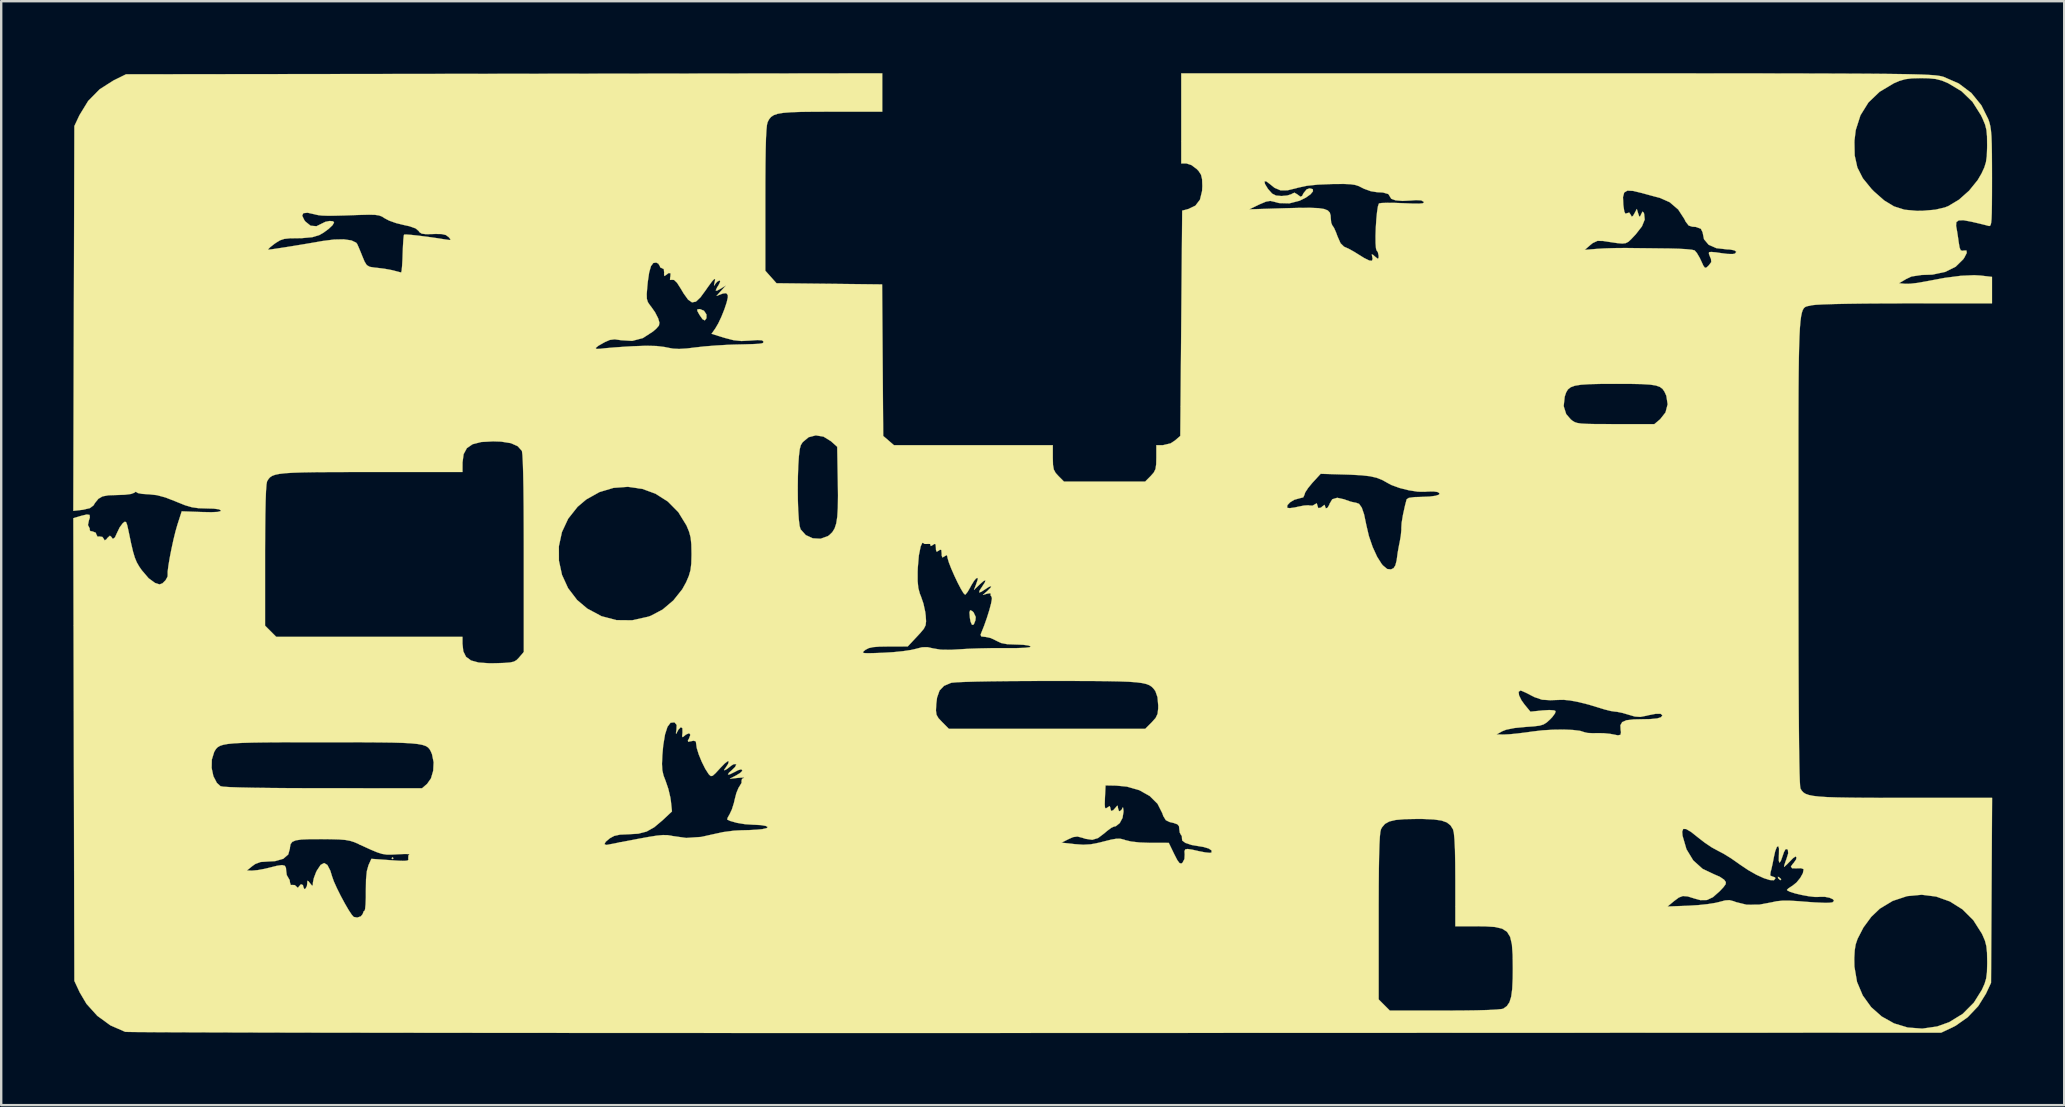
<source format=kicad_pcb>
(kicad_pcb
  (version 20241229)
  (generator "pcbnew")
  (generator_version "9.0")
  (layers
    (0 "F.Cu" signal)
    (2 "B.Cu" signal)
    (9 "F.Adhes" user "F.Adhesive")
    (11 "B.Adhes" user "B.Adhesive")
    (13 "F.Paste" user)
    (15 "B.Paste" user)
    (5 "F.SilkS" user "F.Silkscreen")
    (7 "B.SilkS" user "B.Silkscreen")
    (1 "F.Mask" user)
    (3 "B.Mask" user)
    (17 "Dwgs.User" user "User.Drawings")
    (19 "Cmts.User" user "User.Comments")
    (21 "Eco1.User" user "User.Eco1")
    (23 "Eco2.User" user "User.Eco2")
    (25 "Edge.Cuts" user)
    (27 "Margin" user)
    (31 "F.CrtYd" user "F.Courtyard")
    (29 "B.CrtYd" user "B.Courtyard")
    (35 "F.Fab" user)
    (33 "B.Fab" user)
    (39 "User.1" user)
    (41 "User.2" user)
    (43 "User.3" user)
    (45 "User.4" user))
  (footprint "boardartneg"
    (layer "F.Cu")
    (at 40.425 18.777)
    (property "Reference" "boardartneg" (at 0 0 0) (layer "F.SilkS") (effects (font (size 1.524 1.524) (thickness 0.3))))
    (attr through_hole)
    (fp_poly (pts (xy -27.077 13.938) (xy -27.117 13.978) (xy -27.157 13.938) (xy -27.117 13.898) (xy -27.077 13.938)) (stroke (width 0.01) (type solid)) (fill yes) (layer "F.SilkS"))
    (fp_poly (pts (xy 30.659 14.729) (xy 30.744 14.803) (xy 30.752 14.821) (xy 30.714 14.854) (xy 30.635 14.781) (xy 30.624 14.764) (xy 30.615 14.71) (xy 30.659 14.729)) (stroke (width 0.01) (type solid)) (fill yes) (layer "F.SilkS"))
    (fp_poly (pts (xy -14.138 -8.878) (xy -14.035 -8.722) (xy -14.035 -8.567) (xy -14.103 -8.475) (xy -14.198 -8.524) (xy -14.325 -8.706) (xy -14.414 -8.867) (xy -14.416 -8.932) (xy -14.328 -8.946) (xy -14.305 -8.946) (xy -14.138 -8.878)) (stroke (width 0.01) (type solid)) (fill yes) (layer "F.SilkS"))
    (fp_poly (pts (xy -2.966 3.634) (xy -2.903 3.692) (xy -2.813 3.885) (xy -2.827 4.027) (xy -2.895 4.197) (xy -2.967 4.214) (xy -3.028 4.082) (xy -3.055 3.934) (xy -3.074 3.698) (xy -3.047 3.603) (xy -2.966 3.634)) (stroke (width 0.01) (type solid)) (fill yes) (layer "F.SilkS"))
    (fp_poly (pts (xy -6.709 -17.173) (xy -8.83 -17.173) (xy -9.524 -17.171) (xy -10.077 -17.165) (xy -10.506 -17.15) (xy -10.829 -17.125) (xy -11.065 -17.086) (xy -11.23 -17.029) (xy -11.344 -16.953) (xy -11.425 -16.854) (xy -11.486 -16.736) (xy -11.514 -16.62) (xy -11.536 -16.399) (xy -11.554 -16.064) (xy -11.567 -15.604) (xy -11.576 -15.011) (xy -11.581 -14.276) (xy -11.582 -13.536) (xy -11.582 -10.546) (xy -11.349 -10.285) (xy -11.116 -10.024) (xy -8.915 -10) (xy -6.715 -9.975) (xy -6.669 -3.66) (xy -6.445 -3.468) (xy -6.221 -3.275) (xy 0.399 -3.275) (xy 0.399 -2.75) (xy 0.407 -2.453) (xy 0.44 -2.262) (xy 0.517 -2.119) (xy 0.633 -1.991) (xy 0.866 -1.757) (xy 4.246 -1.757) (xy 4.479 -1.991) (xy 4.607 -2.136) (xy 4.678 -2.281) (xy 4.707 -2.482) (xy 4.713 -2.75) (xy 4.713 -3.275) (xy 4.988 -3.275) (xy 5.309 -3.351) (xy 5.487 -3.468) (xy 5.711 -3.66) (xy 5.722 -4.902) (xy 21.688 -4.902) (xy 21.793 -4.571) (xy 21.982 -4.352) (xy 22.065 -4.285) (xy 22.15 -4.235) (xy 22.26 -4.2) (xy 22.418 -4.176) (xy 22.647 -4.163) (xy 22.972 -4.156) (xy 23.416 -4.154) (xy 23.842 -4.153) (xy 25.468 -4.153) (xy 25.711 -4.358) (xy 25.932 -4.64) (xy 26.021 -4.98) (xy 25.967 -5.331) (xy 25.957 -5.356) (xy 25.888 -5.506) (xy 25.808 -5.621) (xy 25.696 -5.704) (xy 25.53 -5.762) (xy 25.289 -5.799) (xy 24.954 -5.82) (xy 24.502 -5.829) (xy 23.913 -5.831) (xy 23.862 -5.831) (xy 23.246 -5.829) (xy 22.77 -5.818) (xy 22.414 -5.795) (xy 22.158 -5.754) (xy 21.982 -5.69) (xy 21.866 -5.598) (xy 21.791 -5.473) (xy 21.736 -5.31) (xy 21.731 -5.294) (xy 21.688 -4.902) (xy 5.722 -4.902) (xy 5.751 -8.355) (xy 5.791 -13.049) (xy 6.001 -13.104) (xy 8.586 -13.104) (xy 10.064 -13.149) (xy 10.668 -13.165) (xy 11.132 -13.167) (xy 11.472 -13.153) (xy 11.708 -13.117) (xy 11.859 -13.056) (xy 11.942 -12.967) (xy 11.976 -12.845) (xy 11.981 -12.747) (xy 12 -12.548) (xy 12.048 -12.43) (xy 12.055 -12.424) (xy 12.12 -12.328) (xy 12.207 -12.13) (xy 12.26 -11.984) (xy 12.39 -11.69) (xy 12.538 -11.545) (xy 12.565 -11.534) (xy 12.738 -11.457) (xy 12.968 -11.328) (xy 13.059 -11.271) (xy 13.38 -11.072) (xy 13.589 -10.97) (xy 13.7 -10.961) (xy 13.726 -11.043) (xy 13.713 -11.11) (xy 13.691 -11.223) (xy 13.735 -11.215) (xy 13.824 -11.137) (xy 13.936 -11.046) (xy 13.974 -11.072) (xy 13.978 -11.165) (xy 13.944 -11.324) (xy 13.897 -11.382) (xy 13.887 -11.414) (xy 22.564 -11.414) (xy 23.084 -11.457) (xy 23.411 -11.476) (xy 23.823 -11.488) (xy 24.245 -11.492) (xy 24.362 -11.491) (xy 24.772 -11.486) (xy 25.268 -11.481) (xy 25.776 -11.475) (xy 26.079 -11.472) (xy 26.462 -11.462) (xy 26.792 -11.444) (xy 27.032 -11.419) (xy 27.146 -11.392) (xy 27.241 -11.281) (xy 27.359 -11.079) (xy 27.414 -10.963) (xy 27.511 -10.752) (xy 27.578 -10.666) (xy 27.647 -10.684) (xy 27.732 -10.764) (xy 27.839 -10.905) (xy 27.827 -11.039) (xy 27.798 -11.1) (xy 27.741 -11.248) (xy 27.745 -11.318) (xy 27.84 -11.328) (xy 28.043 -11.31) (xy 28.251 -11.279) (xy 28.52 -11.245) (xy 28.735 -11.241) (xy 28.825 -11.259) (xy 28.884 -11.332) (xy 28.806 -11.393) (xy 28.615 -11.43) (xy 28.494 -11.435) (xy 28.05 -11.486) (xy 27.729 -11.628) (xy 27.536 -11.858) (xy 27.477 -12.148) (xy 27.405 -12.294) (xy 27.199 -12.37) (xy 27.043 -12.381) (xy 26.898 -12.428) (xy 26.773 -12.589) (xy 26.716 -12.704) (xy 26.461 -13.096) (xy 26.106 -13.4) (xy 25.701 -13.58) (xy 25.411 -13.656) (xy 25.078 -13.747) (xy 24.948 -13.783) (xy 24.583 -13.871) (xy 24.344 -13.883) (xy 24.21 -13.803) (xy 24.16 -13.614) (xy 24.173 -13.303) (xy 24.182 -13.224) (xy 24.217 -13.004) (xy 24.265 -12.92) (xy 24.323 -12.941) (xy 24.42 -12.969) (xy 24.478 -12.882) (xy 24.526 -12.796) (xy 24.582 -12.837) (xy 24.635 -12.929) (xy 24.737 -13.119) (xy 24.794 -12.929) (xy 24.84 -12.8) (xy 24.879 -12.816) (xy 24.917 -12.9) (xy 24.973 -13.009) (xy 25.017 -12.973) (xy 25.041 -12.919) (xy 25.065 -12.677) (xy 24.951 -12.395) (xy 24.694 -12.064) (xy 24.643 -12.01) (xy 24.497 -11.855) (xy 24.386 -11.752) (xy 24.275 -11.695) (xy 24.131 -11.678) (xy 23.92 -11.696) (xy 23.607 -11.742) (xy 23.323 -11.786) (xy 23.095 -11.789) (xy 22.901 -11.699) (xy 22.804 -11.621) (xy 22.564 -11.414) (xy 13.887 -11.414) (xy 13.866 -11.481) (xy 13.85 -11.698) (xy 13.848 -11.997) (xy 13.859 -12.338) (xy 13.881 -12.682) (xy 13.911 -12.99) (xy 13.947 -13.224) (xy 13.988 -13.344) (xy 13.995 -13.35) (xy 14.106 -13.368) (xy 14.342 -13.375) (xy 14.665 -13.372) (xy 15.002 -13.359) (xy 15.404 -13.343) (xy 15.667 -13.341) (xy 15.814 -13.355) (xy 15.864 -13.387) (xy 15.857 -13.416) (xy 15.754 -13.476) (xy 15.535 -13.488) (xy 15.352 -13.473) (xy 14.972 -13.454) (xy 14.68 -13.479) (xy 14.502 -13.544) (xy 14.457 -13.62) (xy 14.382 -13.74) (xy 14.157 -13.805) (xy 13.91 -13.818) (xy 13.651 -13.859) (xy 13.368 -13.961) (xy 13.298 -13.996) (xy 13.146 -14.073) (xy 12.993 -14.122) (xy 12.8 -14.15) (xy 12.532 -14.161) (xy 12.151 -14.159) (xy 12.01 -14.157) (xy 11.438 -14.133) (xy 10.986 -14.085) (xy 10.618 -14.006) (xy 10.543 -13.984) (xy 10.17 -13.894) (xy 9.885 -13.896) (xy 9.64 -14) (xy 9.445 -14.157) (xy 9.291 -14.272) (xy 9.221 -14.268) (xy 9.24 -14.161) (xy 9.355 -13.971) (xy 9.378 -13.94) (xy 9.54 -13.758) (xy 9.702 -13.677) (xy 9.932 -13.658) (xy 10.166 -13.679) (xy 10.336 -13.732) (xy 10.366 -13.752) (xy 10.47 -13.798) (xy 10.603 -13.717) (xy 10.608 -13.712) (xy 10.721 -13.628) (xy 10.79 -13.664) (xy 10.848 -13.778) (xy 10.977 -13.935) (xy 11.101 -13.978) (xy 11.234 -13.944) (xy 11.241 -13.855) (xy 11.139 -13.731) (xy 10.944 -13.592) (xy 10.683 -13.462) (xy 10.258 -13.353) (xy 9.83 -13.364) (xy 9.621 -13.42) (xy 9.462 -13.455) (xy 9.284 -13.425) (xy 9.032 -13.319) (xy 8.997 -13.303) (xy 8.586 -13.104) (xy 6.001 -13.104) (xy 6.045 -13.115) (xy 6.341 -13.257) (xy 6.531 -13.506) (xy 6.62 -13.871) (xy 6.63 -14.075) (xy 6.62 -14.359) (xy 6.576 -14.545) (xy 6.479 -14.695) (xy 6.396 -14.783) (xy 6.178 -14.947) (xy 5.968 -15.016) (xy 5.957 -15.016) (xy 5.751 -15.016) (xy 5.751 -15.944) (xy 33.804 -15.944) (xy 33.816 -15.349) (xy 33.927 -14.848) (xy 34.156 -14.397) (xy 34.518 -13.953) (xy 34.619 -13.85) (xy 35.047 -13.473) (xy 35.457 -13.225) (xy 35.894 -13.087) (xy 36.406 -13.04) (xy 36.662 -13.044) (xy 37.171 -13.088) (xy 37.566 -13.18) (xy 37.718 -13.239) (xy 38.161 -13.505) (xy 38.584 -13.881) (xy 38.94 -14.32) (xy 39.101 -14.595) (xy 39.217 -14.846) (xy 39.286 -15.07) (xy 39.322 -15.323) (xy 39.334 -15.664) (xy 39.335 -15.777) (xy 39.331 -16.142) (xy 39.307 -16.407) (xy 39.251 -16.632) (xy 39.15 -16.875) (xy 39.078 -17.026) (xy 38.725 -17.584) (xy 38.269 -18.026) (xy 37.71 -18.36) (xy 37.442 -18.472) (xy 37.19 -18.536) (xy 36.891 -18.565) (xy 36.582 -18.571) (xy 36.203 -18.562) (xy 35.92 -18.526) (xy 35.67 -18.453) (xy 35.45 -18.358) (xy 34.854 -18.002) (xy 34.388 -17.556) (xy 34.056 -17.022) (xy 33.859 -16.404) (xy 33.804 -15.944) (xy 5.751 -15.944) (xy 5.751 -18.77) (xy 21.399 -18.77) (xy 23.259 -18.77) (xy 24.966 -18.77) (xy 26.527 -18.77) (xy 27.949 -18.769) (xy 29.238 -18.768) (xy 30.401 -18.767) (xy 31.446 -18.765) (xy 32.378 -18.763) (xy 33.204 -18.76) (xy 33.932 -18.757) (xy 34.568 -18.753) (xy 35.119 -18.748) (xy 35.592 -18.742) (xy 35.993 -18.736) (xy 36.33 -18.728) (xy 36.609 -18.72) (xy 36.836 -18.71) (xy 37.019 -18.699) (xy 37.165 -18.688) (xy 37.28 -18.674) (xy 37.371 -18.66) (xy 37.445 -18.644) (xy 37.509 -18.627) (xy 37.53 -18.62) (xy 38.154 -18.347) (xy 38.678 -17.952) (xy 39.095 -17.438) (xy 39.382 -16.863) (xy 39.43 -16.722) (xy 39.468 -16.57) (xy 39.495 -16.385) (xy 39.515 -16.145) (xy 39.527 -15.828) (xy 39.534 -15.412) (xy 39.537 -14.873) (xy 39.538 -14.411) (xy 39.537 -13.787) (xy 39.534 -13.306) (xy 39.528 -12.949) (xy 39.518 -12.698) (xy 39.502 -12.537) (xy 39.478 -12.447) (xy 39.447 -12.411) (xy 39.406 -12.411) (xy 39.398 -12.413) (xy 39.252 -12.452) (xy 39.004 -12.513) (xy 38.707 -12.582) (xy 38.707 -12.583) (xy 38.365 -12.647) (xy 38.154 -12.645) (xy 38.052 -12.57) (xy 38.041 -12.415) (xy 38.055 -12.341) (xy 38.086 -12.171) (xy 38.125 -11.914) (xy 38.146 -11.759) (xy 38.186 -11.516) (xy 38.233 -11.398) (xy 38.306 -11.375) (xy 38.35 -11.385) (xy 38.473 -11.387) (xy 38.485 -11.285) (xy 38.385 -11.09) (xy 38.338 -11.021) (xy 38.021 -10.71) (xy 37.588 -10.496) (xy 37.055 -10.383) (xy 36.604 -10.368) (xy 36.185 -10.305) (xy 35.965 -10.202) (xy 35.664 -10.024) (xy 35.925 -9.999) (xy 36.135 -10.003) (xy 36.435 -10.038) (xy 36.761 -10.096) (xy 36.763 -10.096) (xy 37.56 -10.246) (xy 38.241 -10.334) (xy 38.796 -10.359) (xy 39.067 -10.343) (xy 39.538 -10.288) (xy 39.538 -9.186) (xy 35.923 -9.185) (xy 35.042 -9.183) (xy 34.251 -9.178) (xy 33.559 -9.169) (xy 32.98 -9.157) (xy 32.524 -9.143) (xy 32.204 -9.126) (xy 32.03 -9.107) (xy 32.018 -9.104) (xy 31.937 -9.085) (xy 31.865 -9.072) (xy 31.801 -9.055) (xy 31.744 -9.027) (xy 31.694 -8.979) (xy 31.65 -8.903) (xy 31.613 -8.79) (xy 31.581 -8.633) (xy 31.554 -8.423) (xy 31.532 -8.152) (xy 31.514 -7.811) (xy 31.5 -7.393) (xy 31.489 -6.889) (xy 31.481 -6.29) (xy 31.475 -5.589) (xy 31.472 -4.777) (xy 31.47 -3.846) (xy 31.47 -2.788) (xy 31.47 -1.595) (xy 31.47 -0.257) (xy 31.47 1.121) (xy 31.471 2.743) (xy 31.473 4.208) (xy 31.475 5.521) (xy 31.479 6.685) (xy 31.484 7.702) (xy 31.491 8.578) (xy 31.498 9.314) (xy 31.507 9.915) (xy 31.517 10.384) (xy 31.529 10.724) (xy 31.542 10.939) (xy 31.556 11.033) (xy 31.557 11.035) (xy 31.609 11.121) (xy 31.675 11.194) (xy 31.767 11.254) (xy 31.9 11.302) (xy 32.086 11.34) (xy 32.34 11.369) (xy 32.675 11.391) (xy 33.104 11.405) (xy 33.642 11.414) (xy 34.3 11.42) (xy 35.094 11.422) (xy 35.863 11.422) (xy 39.542 11.422) (xy 39.52 15.276) (xy 39.498 19.13) (xy 39.285 19.585) (xy 38.963 20.103) (xy 38.526 20.563) (xy 38.02 20.92) (xy 37.876 20.993) (xy 37.421 21.207) (xy -0.319 21.22) (xy -2.768 21.221) (xy -5.178 21.221) (xy -7.542 21.221) (xy -9.857 21.221) (xy -12.118 21.221) (xy -14.319 21.22) (xy -16.456 21.22) (xy -18.523 21.219) (xy -20.516 21.217) (xy -22.43 21.216) (xy -24.259 21.214) (xy -25.999 21.212) (xy -27.645 21.21) (xy -29.192 21.208) (xy -30.635 21.206) (xy -31.969 21.203) (xy -33.189 21.2) (xy -34.29 21.197) (xy -35.268 21.194) (xy -36.116 21.191) (xy -36.831 21.188) (xy -37.406 21.184) (xy -37.839 21.181) (xy -38.122 21.177) (xy -38.252 21.173) (xy -38.26 21.172) (xy -38.873 20.904) (xy -39.42 20.506) (xy -39.871 20.006) (xy -40.153 19.529) (xy -40.376 19.05) (xy -40.387 14.451) (xy -33.188 14.451) (xy -32.948 14.453) (xy -32.734 14.433) (xy -32.447 14.38) (xy -32.269 14.337) (xy -31.933 14.253) (xy -31.721 14.223) (xy -31.605 14.252) (xy -31.558 14.342) (xy -31.55 14.453) (xy -31.526 14.637) (xy -31.47 14.737) (xy -31.404 14.849) (xy -31.391 14.946) (xy -31.358 15.055) (xy -31.302 15.051) (xy -31.188 15.058) (xy -31.136 15.106) (xy -31.062 15.172) (xy -31.018 15.116) (xy -30.933 15.022) (xy -30.851 15.057) (xy -30.831 15.141) (xy -30.793 15.224) (xy -30.752 15.216) (xy -30.687 15.104) (xy -30.672 14.996) (xy -30.665 14.878) (xy -30.621 14.896) (xy -30.554 14.981) (xy -30.467 15.086) (xy -30.438 15.053) (xy -30.435 14.953) (xy -30.397 14.768) (xy -30.307 14.529) (xy -30.271 14.454) (xy -30.114 14.217) (xy -29.967 14.138) (xy -29.832 14.219) (xy -29.709 14.458) (xy -29.636 14.697) (xy -29.563 14.903) (xy -29.437 15.183) (xy -29.279 15.501) (xy -29.108 15.818) (xy -28.946 16.097) (xy -28.811 16.3) (xy -28.735 16.384) (xy -28.589 16.411) (xy -28.509 16.384) (xy 13.978 16.384) (xy 13.978 19.821) (xy 14.211 20.055) (xy 14.445 20.288) (xy 16.733 20.288) (xy 17.443 20.285) (xy 18.048 20.277) (xy 18.537 20.263) (xy 18.896 20.244) (xy 19.115 20.221) (xy 19.174 20.206) (xy 19.321 20.099) (xy 19.428 19.942) (xy 19.5 19.713) (xy 19.544 19.388) (xy 19.565 18.944) (xy 19.569 18.539) (xy 19.564 18.106) (xy 33.798 18.106) (xy 33.804 18.453) (xy 33.804 18.453) (xy 33.913 19.091) (xy 34.152 19.658) (xy 34.501 20.142) (xy 34.942 20.533) (xy 35.456 20.821) (xy 36.026 20.993) (xy 36.631 21.039) (xy 37.253 20.949) (xy 37.753 20.77) (xy 38.317 20.424) (xy 38.783 19.955) (xy 39.116 19.422) (xy 39.228 19.173) (xy 39.295 18.948) (xy 39.328 18.689) (xy 39.338 18.34) (xy 39.338 18.251) (xy 39.331 17.876) (xy 39.304 17.604) (xy 39.245 17.376) (xy 39.143 17.137) (xy 39.116 17.08) (xy 38.759 16.519) (xy 38.309 16.07) (xy 37.786 15.741) (xy 37.212 15.536) (xy 36.609 15.46) (xy 35.998 15.518) (xy 35.4 15.716) (xy 34.865 16.038) (xy 34.504 16.383) (xy 34.18 16.824) (xy 33.936 17.297) (xy 33.856 17.532) (xy 33.817 17.776) (xy 33.798 18.106) (xy 19.564 18.106) (xy 19.562 17.964) (xy 19.531 17.53) (xy 19.458 17.216) (xy 19.327 17.003) (xy 19.121 16.872) (xy 18.823 16.803) (xy 18.418 16.777) (xy 18.056 16.774) (xy 17.173 16.774) (xy 17.173 15.95) (xy 26.016 15.95) (xy 26.886 15.917) (xy 27.294 15.892) (xy 27.689 15.85) (xy 28.016 15.798) (xy 28.162 15.763) (xy 28.418 15.696) (xy 28.598 15.685) (xy 28.774 15.73) (xy 28.871 15.768) (xy 29.313 15.876) (xy 29.837 15.873) (xy 30.34 15.779) (xy 30.564 15.731) (xy 30.802 15.707) (xy 31.096 15.706) (xy 31.486 15.729) (xy 31.753 15.751) (xy 32.144 15.779) (xy 32.487 15.794) (xy 32.745 15.795) (xy 32.882 15.78) (xy 32.883 15.78) (xy 32.957 15.715) (xy 32.906 15.645) (xy 32.767 15.584) (xy 32.574 15.546) (xy 32.362 15.545) (xy 32.33 15.55) (xy 32.148 15.551) (xy 31.892 15.521) (xy 31.606 15.468) (xy 31.333 15.404) (xy 31.117 15.336) (xy 31.001 15.275) (xy 30.992 15.257) (xy 31.054 15.194) (xy 31.205 15.095) (xy 31.226 15.083) (xy 31.395 14.946) (xy 31.549 14.756) (xy 31.657 14.563) (xy 31.686 14.414) (xy 31.677 14.388) (xy 31.578 14.354) (xy 31.397 14.359) (xy 31.394 14.36) (xy 31.207 14.356) (xy 31.157 14.283) (xy 31.252 14.154) (xy 31.271 14.138) (xy 31.373 13.991) (xy 31.39 13.908) (xy 31.356 13.861) (xy 31.247 13.936) (xy 31.147 14.038) (xy 30.994 14.194) (xy 30.892 14.287) (xy 30.874 14.297) (xy 30.882 14.232) (xy 30.937 14.065) (xy 30.971 13.975) (xy 31.045 13.735) (xy 31.032 13.595) (xy 31.011 13.566) (xy 30.94 13.555) (xy 30.868 13.681) (xy 30.825 13.808) (xy 30.741 14.045) (xy 30.683 14.124) (xy 30.653 14.046) (xy 30.657 13.812) (xy 30.659 13.778) (xy 30.662 13.532) (xy 30.629 13.432) (xy 30.572 13.47) (xy 30.504 13.642) (xy 30.451 13.878) (xy 30.395 14.164) (xy 30.34 14.409) (xy 30.31 14.517) (xy 30.294 14.657) (xy 30.378 14.697) (xy 30.383 14.697) (xy 30.495 14.737) (xy 30.512 14.777) (xy 30.451 14.854) (xy 30.283 14.848) (xy 30.032 14.769) (xy 29.721 14.627) (xy 29.375 14.43) (xy 29.016 14.189) (xy 28.963 14.15) (xy 28.665 13.942) (xy 28.361 13.754) (xy 28.115 13.625) (xy 28.108 13.621) (xy 27.864 13.489) (xy 27.569 13.291) (xy 27.303 13.085) (xy 26.999 12.843) (xy 26.791 12.721) (xy 26.67 12.716) (xy 26.627 12.829) (xy 26.641 13) (xy 26.806 13.565) (xy 27.087 14.028) (xy 27.477 14.38) (xy 27.966 14.612) (xy 28.194 14.71) (xy 28.369 14.829) (xy 28.383 14.843) (xy 28.446 14.932) (xy 28.438 15.021) (xy 28.344 15.149) (xy 28.192 15.311) (xy 27.911 15.56) (xy 27.658 15.68) (xy 27.385 15.684) (xy 27.14 15.617) (xy 26.855 15.529) (xy 26.657 15.513) (xy 26.487 15.576) (xy 26.287 15.725) (xy 26.016 15.95) (xy 17.173 15.95) (xy 17.173 14.86) (xy 17.169 14.141) (xy 17.158 13.574) (xy 17.138 13.155) (xy 17.111 12.876) (xy 17.078 12.738) (xy 16.973 12.568) (xy 16.82 12.447) (xy 16.595 12.367) (xy 16.273 12.322) (xy 15.828 12.302) (xy 15.575 12.301) (xy 15.066 12.31) (xy 14.69 12.343) (xy 14.424 12.406) (xy 14.241 12.507) (xy 14.117 12.653) (xy 14.073 12.738) (xy 14.048 12.845) (xy 14.027 13.053) (xy 14.01 13.369) (xy 13.997 13.804) (xy 13.987 14.367) (xy 13.981 15.066) (xy 13.978 15.911) (xy 13.978 16.384) (xy -28.509 16.384) (xy -28.437 16.36) (xy -28.357 16.26) (xy -28.355 16.245) (xy -28.316 16.145) (xy -28.288 16.135) (xy -28.26 16.06) (xy -28.24 15.86) (xy -28.229 15.566) (xy -28.229 15.316) (xy -28.222 14.826) (xy -28.187 14.474) (xy -28.121 14.236) (xy -28.119 14.23) (xy -27.999 13.963) (xy -27.207 14.02) (xy -26.845 14.043) (xy -26.616 14.049) (xy -26.495 14.035) (xy -26.454 13.999) (xy -26.462 13.953) (xy -26.455 13.823) (xy -26.414 13.783) (xy -26.44 13.766) (xy -26.594 13.761) (xy -26.845 13.77) (xy -26.913 13.774) (xy -27.166 13.788) (xy -27.366 13.786) (xy -27.549 13.758) (xy -27.752 13.694) (xy -28.014 13.585) (xy -28.37 13.422) (xy -28.515 13.354) (xy -28.525 13.349) (xy -18.286 13.349) (xy -18.215 13.384) (xy -18.151 13.376) (xy -18.025 13.351) (xy -17.774 13.302) (xy -17.709 13.29) (xy 0.759 13.29) (xy 1.318 13.351) (xy 1.669 13.376) (xy 1.978 13.358) (xy 2.324 13.291) (xy 2.508 13.244) (xy 2.835 13.162) (xy 3.057 13.124) (xy 3.222 13.127) (xy 3.379 13.168) (xy 3.426 13.186) (xy 3.662 13.242) (xy 4.01 13.281) (xy 4.424 13.297) (xy 4.473 13.298) (xy 5.232 13.299) (xy 5.457 13.764) (xy 5.585 14.013) (xy 5.675 14.137) (xy 5.748 14.16) (xy 5.801 14.129) (xy 5.885 13.97) (xy 5.895 13.785) (xy 5.887 13.646) (xy 5.917 13.571) (xy 6.016 13.552) (xy 6.213 13.582) (xy 6.496 13.646) (xy 6.751 13.695) (xy 6.939 13.714) (xy 7.01 13.704) (xy 7.018 13.617) (xy 6.896 13.533) (xy 6.672 13.467) (xy 6.539 13.446) (xy 6.185 13.386) (xy 5.929 13.302) (xy 5.794 13.203) (xy 5.783 13.13) (xy 5.776 13.007) (xy 5.747 12.977) (xy 5.689 12.869) (xy 5.671 12.733) (xy 5.657 12.603) (xy 5.59 12.524) (xy 5.429 12.467) (xy 5.265 12.429) (xy 5.108 12.352) (xy 5.001 12.177) (xy 4.962 12.062) (xy 4.764 11.67) (xy 4.438 11.346) (xy 4.005 11.103) (xy 3.487 10.954) (xy 3.039 10.911) (xy 2.596 10.903) (xy 2.572 11.415) (xy 2.563 11.688) (xy 2.573 11.828) (xy 2.609 11.863) (xy 2.672 11.825) (xy 2.769 11.765) (xy 2.795 11.831) (xy 2.796 11.852) (xy 2.827 11.968) (xy 2.916 11.939) (xy 3.004 11.841) (xy 3.085 11.745) (xy 3.11 11.779) (xy 3.113 11.841) (xy 3.15 11.96) (xy 3.189 11.981) (xy 3.269 11.915) (xy 3.3 11.841) (xy 3.324 11.819) (xy 3.342 11.932) (xy 3.345 12.001) (xy 3.305 12.256) (xy 3.188 12.474) (xy 3.027 12.603) (xy 2.945 12.62) (xy 2.838 12.67) (xy 2.664 12.798) (xy 2.545 12.9) (xy 2.284 13.097) (xy 2.043 13.17) (xy 1.763 13.129) (xy 1.625 13.084) (xy 1.424 13.033) (xy 1.245 13.058) (xy 1.06 13.139) (xy 0.759 13.29) (xy -17.709 13.29) (xy -17.433 13.236) (xy -17.033 13.16) (xy -16.908 13.135) (xy -16.443 13.05) (xy -16.102 12.996) (xy -15.851 12.973) (xy -15.657 12.976) (xy -15.488 13.003) (xy -15.455 13.011) (xy -14.876 13.093) (xy -14.254 13.05) (xy -13.751 12.938) (xy -13.337 12.848) (xy -12.886 12.789) (xy -12.595 12.774) (xy -12.254 12.766) (xy -11.93 12.748) (xy -11.711 12.727) (xy -11.525 12.684) (xy -11.482 12.637) (xy -11.566 12.592) (xy -11.762 12.558) (xy -12.052 12.542) (xy -12.095 12.541) (xy -12.431 12.519) (xy -12.769 12.463) (xy -13.048 12.384) (xy -13.17 12.326) (xy -13.153 12.253) (xy -13.071 12.107) (xy -13.068 12.103) (xy -12.975 11.904) (xy -12.889 11.629) (xy -12.857 11.487) (xy -12.788 11.221) (xy -12.699 11.006) (xy -12.652 10.933) (xy -12.571 10.796) (xy -12.573 10.714) (xy -12.552 10.631) (xy -12.481 10.594) (xy -12.466 10.576) (xy -12.583 10.578) (xy -12.7 10.588) (xy -13.059 10.624) (xy -12.8 10.489) (xy -12.63 10.385) (xy -12.543 10.3) (xy -12.54 10.289) (xy -12.582 10.231) (xy -12.719 10.27) (xy -12.86 10.344) (xy -13.058 10.441) (xy -13.14 10.45) (xy -13.098 10.376) (xy -12.98 10.271) (xy -12.841 10.135) (xy -12.792 10.035) (xy -12.799 10.019) (xy -12.897 10.017) (xy -12.999 10.079) (xy -13.171 10.214) (xy -13.278 10.275) (xy -13.299 10.253) (xy -13.239 10.171) (xy -13.134 10.01) (xy -13.102 9.898) (xy -13.151 9.895) (xy -13.276 9.992) (xy -13.451 10.171) (xy -13.463 10.184) (xy -13.655 10.393) (xy -13.773 10.499) (xy -13.85 10.516) (xy -13.918 10.461) (xy -13.948 10.424) (xy -14.087 10.207) (xy -14.231 9.918) (xy -14.356 9.613) (xy -14.438 9.348) (xy -14.457 9.215) (xy -14.478 9.069) (xy -14.572 9.041) (xy -14.659 9.059) (xy -14.797 9.084) (xy -14.809 9.034) (xy -14.762 8.952) (xy -14.704 8.792) (xy -14.714 8.78) (xy 18.89 8.78) (xy 19.216 8.783) (xy 19.435 8.772) (xy 19.759 8.74) (xy 20.138 8.693) (xy 20.374 8.659) (xy 20.8 8.609) (xy 21.249 8.582) (xy 21.686 8.576) (xy 22.074 8.593) (xy 22.376 8.63) (xy 22.557 8.688) (xy 22.557 8.688) (xy 22.683 8.717) (xy 22.906 8.728) (xy 23.044 8.725) (xy 23.347 8.727) (xy 23.636 8.756) (xy 23.723 8.773) (xy 23.95 8.817) (xy 24.058 8.793) (xy 24.077 8.685) (xy 24.062 8.588) (xy 24.053 8.395) (xy 24.127 8.265) (xy 24.304 8.188) (xy 24.605 8.153) (xy 24.884 8.147) (xy 25.306 8.139) (xy 25.586 8.112) (xy 25.745 8.062) (xy 25.799 7.988) (xy 25.799 7.979) (xy 25.728 7.918) (xy 25.526 7.919) (xy 25.208 7.981) (xy 25.136 8) (xy 24.882 8.049) (xy 24.653 8.033) (xy 24.402 7.96) (xy 24.137 7.882) (xy 23.906 7.835) (xy 23.826 7.828) (xy 23.653 7.803) (xy 23.391 7.737) (xy 23.141 7.66) (xy 22.729 7.535) (xy 22.314 7.431) (xy 21.948 7.362) (xy 21.686 7.337) (xy 21.513 7.34) (xy 21.257 7.348) (xy 21.127 7.353) (xy 20.786 7.332) (xy 20.468 7.223) (xy 20.344 7.159) (xy 20.117 7.042) (xy 19.945 6.966) (xy 19.884 6.949) (xy 19.811 7.005) (xy 19.829 7.152) (xy 19.929 7.356) (xy 20.055 7.531) (xy 20.302 7.831) (xy 20.803 7.779) (xy 21.092 7.762) (xy 21.288 7.776) (xy 21.352 7.805) (xy 21.328 7.9) (xy 21.213 8.057) (xy 21.122 8.152) (xy 20.981 8.28) (xy 20.851 8.362) (xy 20.687 8.412) (xy 20.448 8.442) (xy 20.107 8.466) (xy 19.644 8.511) (xy 19.298 8.58) (xy 19.13 8.645) (xy 18.89 8.78) (xy -14.714 8.78) (xy -14.757 8.728) (xy -14.89 8.786) (xy -14.922 8.813) (xy -15.022 8.893) (xy -15.05 8.857) (xy -15.033 8.706) (xy -15.036 8.52) (xy -15.101 8.475) (xy -15.202 8.578) (xy -15.239 8.646) (xy -15.296 8.752) (xy -15.307 8.724) (xy -15.284 8.578) (xy -15.276 8.385) (xy -15.353 8.289) (xy -15.382 8.276) (xy -15.532 8.292) (xy -15.659 8.462) (xy -15.761 8.778) (xy -15.837 9.237) (xy -15.873 9.644) (xy -15.888 10.005) (xy -15.875 10.267) (xy -15.824 10.49) (xy -15.738 10.714) (xy -15.624 11.046) (xy -15.538 11.412) (xy -15.517 11.556) (xy -15.472 11.988) (xy -15.863 12.355) (xy -16.21 12.647) (xy -16.529 12.826) (xy -16.878 12.916) (xy -17.298 12.94) (xy -17.64 12.955) (xy -17.877 13.007) (xy -18.059 13.105) (xy -18.232 13.251) (xy -18.286 13.349) (xy -28.525 13.349) (xy -28.705 13.27) (xy -28.883 13.213) (xy -29.083 13.176) (xy -29.342 13.155) (xy -29.696 13.145) (xy -30.065 13.141) (xy -30.556 13.143) (xy -30.909 13.158) (xy -31.148 13.193) (xy -31.293 13.255) (xy -31.366 13.35) (xy -31.391 13.483) (xy -31.392 13.524) (xy -31.463 13.782) (xy -31.67 13.961) (xy -32.007 14.058) (xy -32.31 14.075) (xy -32.614 14.095) (xy -32.834 14.176) (xy -32.955 14.261) (xy -33.188 14.451) (xy -40.387 14.451) (xy -40.396 10.182) (xy -34.655 10.182) (xy -34.582 10.521) (xy -34.438 10.798) (xy -34.286 10.936) (xy -34.17 10.957) (xy -33.899 10.974) (xy -33.478 10.989) (xy -32.91 11.001) (xy -32.201 11.01) (xy -31.355 11.017) (xy -30.377 11.02) (xy -30.017 11.02) (xy -25.888 11.023) (xy -25.674 10.838) (xy -25.515 10.611) (xy -25.422 10.292) (xy -25.404 9.939) (xy -25.47 9.611) (xy -25.481 9.582) (xy -25.525 9.479) (xy -25.574 9.392) (xy -25.64 9.319) (xy -25.737 9.26) (xy -25.877 9.213) (xy -26.074 9.177) (xy -26.341 9.15) (xy -26.691 9.131) (xy -27.136 9.118) (xy -27.69 9.111) (xy -28.367 9.107) (xy -29.178 9.106) (xy -30.025 9.106) (xy -30.964 9.106) (xy -31.757 9.107) (xy -32.416 9.111) (xy -32.955 9.119) (xy -33.387 9.132) (xy -33.725 9.15) (xy -33.983 9.176) (xy -34.172 9.211) (xy -34.308 9.255) (xy -34.402 9.31) (xy -34.468 9.377) (xy -34.52 9.457) (xy -34.552 9.517) (xy -34.648 9.831) (xy -34.655 10.182) (xy -40.396 10.182) (xy -40.398 9.409) (xy -40.402 7.782) (xy -4.471 7.782) (xy -4.448 7.957) (xy -4.369 8.097) (xy -4.213 8.264) (xy -4.211 8.265) (xy -3.93 8.547) (xy 4.249 8.547) (xy 4.521 8.275) (xy 4.684 8.092) (xy 4.765 7.922) (xy 4.791 7.694) (xy 4.792 7.574) (xy 4.762 7.228) (xy 4.676 6.98) (xy 4.662 6.958) (xy 4.595 6.868) (xy 4.52 6.792) (xy 4.426 6.729) (xy 4.297 6.678) (xy 4.12 6.638) (xy 3.882 6.607) (xy 3.569 6.584) (xy 3.167 6.569) (xy 2.663 6.559) (xy 2.042 6.553) (xy 1.291 6.551) (xy 0.397 6.55) (xy 0.222 6.55) (xy -0.664 6.552) (xy -1.467 6.557) (xy -2.173 6.565) (xy -2.773 6.576) (xy -3.252 6.59) (xy -3.6 6.605) (xy -3.805 6.623) (xy -3.842 6.63) (xy -4.134 6.754) (xy -4.321 6.949) (xy -4.425 7.245) (xy -4.458 7.51) (xy -4.471 7.782) (xy -40.402 7.782) (xy -40.419 -0.232) (xy -40.098 -0.329) (xy -39.857 -0.387) (xy -39.742 -0.369) (xy -39.731 -0.262) (xy -39.772 -0.134) (xy -39.81 0.055) (xy -39.773 0.123) (xy -39.73 0.218) (xy -39.741 0.245) (xy -39.713 0.304) (xy -39.622 0.319) (xy -39.486 0.372) (xy -39.458 0.448) (xy -39.409 0.538) (xy -39.335 0.529) (xy -39.206 0.549) (xy -39.162 0.612) (xy -39.113 0.693) (xy -39.044 0.65) (xy -38.997 0.59) (xy -38.896 0.498) (xy -38.843 0.539) (xy -38.771 0.633) (xy -38.685 0.569) (xy -38.594 0.371) (xy -38.487 0.149) (xy -38.36 -0.021) (xy -38.355 -0.026) (xy -38.275 -0.086) (xy -38.221 -0.069) (xy -38.176 0.049) (xy -38.121 0.294) (xy -38.111 0.342) (xy -38.013 0.811) (xy -37.932 1.157) (xy -37.856 1.412) (xy -37.774 1.609) (xy -37.675 1.781) (xy -37.568 1.935) (xy -37.281 2.271) (xy -37.014 2.466) (xy -36.826 2.527) (xy -36.703 2.481) (xy -36.573 2.351) (xy -36.491 2.2) (xy -36.487 2.125) (xy -36.488 1.995) (xy -36.457 1.747) (xy -36.402 1.418) (xy -36.383 1.319) (xy -32.429 1.319) (xy -32.429 4.246) (xy -31.962 4.713) (xy -24.202 4.713) (xy -24.202 4.997) (xy -24.168 5.314) (xy -24.055 5.543) (xy -23.847 5.697) (xy -23.526 5.784) (xy -23.076 5.814) (xy -22.817 5.811) (xy -22.454 5.799) (xy -22.213 5.78) (xy -22.057 5.744) (xy -21.95 5.682) (xy -21.854 5.585) (xy -21.839 5.567) (xy -21.666 5.366) (xy -7.517 5.366) (xy -7.46 5.388) (xy -7.306 5.395) (xy -7.032 5.389) (xy -6.662 5.375) (xy -6.241 5.35) (xy -5.84 5.309) (xy -5.508 5.259) (xy -5.325 5.217) (xy -5.047 5.146) (xy -4.819 5.143) (xy -4.587 5.194) (xy -4.267 5.247) (xy -3.843 5.253) (xy -3.495 5.232) (xy -3.125 5.21) (xy -2.654 5.193) (xy -2.141 5.183) (xy -1.644 5.182) (xy -1.612 5.182) (xy -1.114 5.182) (xy -0.763 5.169) (xy -0.564 5.145) (xy -0.519 5.112) (xy -0.618 5.073) (xy -0.832 5.044) (xy -1.116 5.032) (xy -1.143 5.032) (xy -1.502 5.018) (xy -1.753 4.97) (xy -1.946 4.88) (xy -1.957 4.872) (xy -2.188 4.762) (xy -2.417 4.713) (xy -2.425 4.713) (xy -2.581 4.696) (xy -2.611 4.627) (xy -2.593 4.573) (xy -2.465 4.254) (xy -2.346 3.916) (xy -2.245 3.593) (xy -2.172 3.318) (xy -2.138 3.126) (xy -2.149 3.051) (xy -2.199 2.973) (xy -2.187 2.94) (xy -2.205 2.893) (xy -2.326 2.911) (xy -2.516 2.964) (xy -2.336 2.807) (xy -2.189 2.66) (xy -2.168 2.597) (xy -2.266 2.631) (xy -2.389 2.71) (xy -2.588 2.84) (xy -2.673 2.861) (xy -2.645 2.771) (xy -2.561 2.643) (xy -2.432 2.441) (xy -2.407 2.353) (xy -2.483 2.384) (xy -2.641 2.521) (xy -2.886 2.756) (xy -2.801 2.531) (xy -2.732 2.333) (xy -2.726 2.255) (xy -2.783 2.269) (xy -2.797 2.277) (xy -2.881 2.375) (xy -2.995 2.56) (xy -3.038 2.641) (xy -3.147 2.832) (xy -3.235 2.943) (xy -3.258 2.955) (xy -3.326 2.887) (xy -3.434 2.707) (xy -3.567 2.452) (xy -3.706 2.159) (xy -3.834 1.866) (xy -3.934 1.608) (xy -3.988 1.424) (xy -3.994 1.378) (xy -4.016 1.302) (xy -4.105 1.351) (xy -4.114 1.358) (xy -4.199 1.406) (xy -4.23 1.332) (xy -4.233 1.238) (xy -4.246 1.092) (xy -4.301 1.08) (xy -4.353 1.118) (xy -4.439 1.166) (xy -4.47 1.092) (xy -4.473 0.998) (xy -4.486 0.852) (xy -4.54 0.84) (xy -4.593 0.879) (xy -4.685 0.93) (xy -4.712 0.847) (xy -4.713 0.809) (xy -4.765 0.668) (xy -4.869 0.639) (xy -5.004 0.717) (xy -5.109 0.946) (xy -5.184 1.321) (xy -5.228 1.836) (xy -5.234 1.997) (xy -5.234 2.389) (xy -5.206 2.677) (xy -5.141 2.917) (xy -5.094 3.031) (xy -4.992 3.328) (xy -4.917 3.675) (xy -4.898 3.829) (xy -4.883 4.064) (xy -4.902 4.228) (xy -4.974 4.373) (xy -5.122 4.551) (xy -5.254 4.693) (xy -5.646 5.112) (xy -6.437 5.114) (xy -6.827 5.12) (xy -7.093 5.141) (xy -7.272 5.182) (xy -7.4 5.248) (xy -7.421 5.263) (xy -7.497 5.326) (xy -7.517 5.366) (xy -21.666 5.366) (xy -21.646 5.343) (xy -21.646 1.228) (xy -21.646 0.936) (xy -20.185 0.936) (xy -20.183 1.539) (xy -20.055 2.129) (xy -19.802 2.682) (xy -19.427 3.174) (xy -19.004 3.533) (xy -18.409 3.852) (xy -17.783 4.016) (xy -17.131 4.022) (xy -16.459 3.872) (xy -16.348 3.832) (xy -15.861 3.574) (xy -15.413 3.194) (xy -15.044 2.731) (xy -14.881 2.436) (xy -14.768 2.171) (xy -14.7 1.933) (xy -14.667 1.663) (xy -14.657 1.303) (xy -14.657 1.238) (xy -14.665 0.855) (xy -14.694 0.573) (xy -14.757 0.335) (xy -14.862 0.081) (xy -14.868 0.068) (xy -15.208 -0.485) (xy -15.644 -0.926) (xy -16.154 -1.251) (xy -16.715 -1.457) (xy -16.952 -1.49) (xy -10.23 -1.49) (xy -10.226 -1.012) (xy -10.212 -0.568) (xy -10.187 -0.19) (xy -10.153 0.09) (xy -10.112 0.231) (xy -9.896 0.472) (xy -9.602 0.606) (xy -9.28 0.624) (xy -8.977 0.516) (xy -8.919 0.475) (xy -8.791 0.352) (xy -8.695 0.196) (xy -8.626 -0.014) (xy -8.582 -0.3) (xy -8.559 -0.675) (xy 10.164 -0.675) (xy 10.173 -0.664) (xy 10.275 -0.651) (xy 10.476 -0.678) (xy 10.622 -0.711) (xy 10.865 -0.759) (xy 11.048 -0.771) (xy 11.103 -0.759) (xy 11.229 -0.758) (xy 11.306 -0.802) (xy 11.398 -0.854) (xy 11.422 -0.774) (xy 11.422 -0.769) (xy 11.462 -0.652) (xy 11.571 -0.672) (xy 11.646 -0.735) (xy 11.725 -0.79) (xy 11.742 -0.735) (xy 11.775 -0.642) (xy 11.847 -0.666) (xy 11.919 -0.788) (xy 11.933 -0.833) (xy 12.045 -1.021) (xy 12.251 -1.083) (xy 12.545 -1.018) (xy 12.584 -1.002) (xy 12.812 -0.922) (xy 13 -0.88) (xy 13.026 -0.879) (xy 13.162 -0.83) (xy 13.275 -0.671) (xy 13.372 -0.387) (xy 13.461 0.04) (xy 13.464 0.055) (xy 13.571 0.512) (xy 13.727 0.967) (xy 13.912 1.371) (xy 14.105 1.677) (xy 14.156 1.737) (xy 14.334 1.885) (xy 14.489 1.902) (xy 14.601 1.849) (xy 14.675 1.732) (xy 14.728 1.526) (xy 14.735 1.47) (xy 14.773 1.192) (xy 14.831 0.872) (xy 14.852 0.776) (xy 14.901 0.499) (xy 14.924 0.251) (xy 14.923 0.177) (xy 14.936 -0.04) (xy 14.99 -0.366) (xy 15.076 -0.758) (xy 15.144 -1.018) (xy 15.233 -1.078) (xy 15.467 -1.111) (xy 15.753 -1.119) (xy 16.099 -1.133) (xy 16.353 -1.167) (xy 16.496 -1.216) (xy 16.511 -1.276) (xy 16.428 -1.324) (xy 16.266 -1.347) (xy 16.022 -1.343) (xy 15.911 -1.333) (xy 15.613 -1.337) (xy 15.237 -1.395) (xy 14.849 -1.492) (xy 14.514 -1.614) (xy 14.377 -1.686) (xy 14.138 -1.82) (xy 13.899 -1.916) (xy 13.622 -1.98) (xy 13.27 -2.02) (xy 12.808 -2.045) (xy 12.63 -2.051) (xy 11.561 -2.082) (xy 11.212 -1.702) (xy 11.035 -1.487) (xy 10.916 -1.304) (xy 10.883 -1.2) (xy 10.836 -1.101) (xy 10.652 -1.054) (xy 10.462 -1) (xy 10.29 -0.896) (xy 10.176 -0.776) (xy 10.164 -0.675) (xy -8.559 -0.675) (xy -8.559 -0.683) (xy -8.553 -1.185) (xy -8.56 -1.744) (xy -8.586 -3.208) (xy -8.847 -3.441) (xy -9.156 -3.631) (xy -9.478 -3.684) (xy -9.779 -3.606) (xy -10.024 -3.401) (xy -10.103 -3.276) (xy -10.148 -3.107) (xy -10.183 -2.811) (xy -10.209 -2.422) (xy -10.224 -1.971) (xy -10.23 -1.49) (xy -16.952 -1.49) (xy -17.307 -1.54) (xy -17.907 -1.496) (xy -18.493 -1.321) (xy -19.045 -1.012) (xy -19.406 -0.706) (xy -19.798 -0.21) (xy -20.057 0.345) (xy -20.185 0.936) (xy -21.646 0.936) (xy -21.648 0.191) (xy -21.652 -0.709) (xy -21.66 -1.468) (xy -21.672 -2.082) (xy -21.686 -2.549) (xy -21.703 -2.864) (xy -21.723 -3.024) (xy -21.728 -3.04) (xy -21.901 -3.233) (xy -22.185 -3.359) (xy -22.596 -3.424) (xy -22.925 -3.435) (xy -23.421 -3.407) (xy -23.781 -3.315) (xy -24.02 -3.15) (xy -24.155 -2.9) (xy -24.2 -2.554) (xy -24.2 -2.536) (xy -24.202 -2.157) (xy -28 -2.157) (xy -28.918 -2.156) (xy -29.691 -2.154) (xy -30.33 -2.15) (xy -30.85 -2.141) (xy -31.265 -2.127) (xy -31.587 -2.107) (xy -31.83 -2.079) (xy -32.008 -2.042) (xy -32.134 -1.995) (xy -32.222 -1.937) (xy -32.285 -1.866) (xy -32.336 -1.782) (xy -32.347 -1.762) (xy -32.37 -1.636) (xy -32.39 -1.358) (xy -32.406 -0.936) (xy -32.418 -0.377) (xy -32.425 0.311) (xy -32.429 1.122) (xy -32.429 1.319) (xy -36.383 1.319) (xy -36.329 1.045) (xy -36.247 0.665) (xy -36.161 0.316) (xy -36.082 0.04) (xy -35.902 -0.519) (xy -35.084 -0.49) (xy -34.67 -0.482) (xy -34.405 -0.494) (xy -34.28 -0.527) (xy -34.266 -0.55) (xy -34.344 -0.601) (xy -34.572 -0.631) (xy -34.871 -0.639) (xy -35.201 -0.649) (xy -35.475 -0.688) (xy -35.757 -0.77) (xy -36.109 -0.911) (xy -36.153 -0.93) (xy -36.582 -1.097) (xy -36.934 -1.192) (xy -37.263 -1.228) (xy -37.305 -1.229) (xy -37.557 -1.246) (xy -37.729 -1.279) (xy -37.78 -1.314) (xy -37.824 -1.334) (xy -37.876 -1.294) (xy -38.011 -1.242) (xy -38.273 -1.209) (xy -38.595 -1.198) (xy -38.957 -1.187) (xy -39.203 -1.141) (xy -39.375 -1.041) (xy -39.516 -0.868) (xy -39.579 -0.764) (xy -39.729 -0.652) (xy -40.016 -0.584) (xy -40.04 -0.581) (xy -40.42 -0.538) (xy -40.402 -7.326) (xy -18.651 -7.326) (xy -18.619 -7.285) (xy -18.442 -7.293) (xy -18.411 -7.298) (xy -18.205 -7.32) (xy -17.884 -7.347) (xy -17.493 -7.375) (xy -17.109 -7.398) (xy -16.55 -7.418) (xy -16.118 -7.408) (xy -15.783 -7.367) (xy -15.695 -7.348) (xy -15.434 -7.299) (xy -15.172 -7.285) (xy -14.852 -7.305) (xy -14.536 -7.344) (xy -14.137 -7.389) (xy -13.652 -7.428) (xy -13.154 -7.457) (xy -12.875 -7.467) (xy -12.412 -7.478) (xy -12.085 -7.488) (xy -11.87 -7.499) (xy -11.744 -7.514) (xy -11.683 -7.534) (xy -11.663 -7.563) (xy -11.662 -7.598) (xy -11.721 -7.645) (xy -11.91 -7.656) (xy -12.203 -7.635) (xy -12.578 -7.616) (xy -12.906 -7.65) (xy -13.28 -7.748) (xy -13.283 -7.749) (xy -13.823 -7.916) (xy -13.671 -8.131) (xy -13.543 -8.348) (xy -13.41 -8.63) (xy -13.288 -8.935) (xy -13.194 -9.217) (xy -13.143 -9.435) (xy -13.145 -9.53) (xy -13.212 -9.611) (xy -13.347 -9.596) (xy -13.404 -9.575) (xy -13.616 -9.495) (xy -13.219 -9.936) (xy -13.439 -9.799) (xy -13.601 -9.71) (xy -13.649 -9.725) (xy -13.59 -9.852) (xy -13.529 -9.947) (xy -13.462 -10.087) (xy -13.484 -10.144) (xy -13.486 -10.144) (xy -13.593 -10.084) (xy -13.658 -10.004) (xy -13.718 -9.921) (xy -13.715 -9.976) (xy -13.697 -10.044) (xy -13.671 -10.185) (xy -13.706 -10.204) (xy -13.807 -10.095) (xy -13.982 -9.855) (xy -14.051 -9.755) (xy -14.286 -9.434) (xy -14.473 -9.258) (xy -14.636 -9.226) (xy -14.8 -9.34) (xy -14.987 -9.6) (xy -15.099 -9.79) (xy -15.26 -10.042) (xy -15.383 -10.16) (xy -15.469 -10.168) (xy -15.554 -10.161) (xy -15.547 -10.265) (xy -15.539 -10.292) (xy -15.528 -10.434) (xy -15.605 -10.452) (xy -15.722 -10.365) (xy -15.79 -10.323) (xy -15.802 -10.412) (xy -15.797 -10.465) (xy -15.812 -10.615) (xy -15.875 -10.643) (xy -15.964 -10.687) (xy -15.975 -10.734) (xy -16.042 -10.842) (xy -16.13 -10.885) (xy -16.251 -10.867) (xy -16.347 -10.736) (xy -16.422 -10.476) (xy -16.481 -10.075) (xy -16.5 -9.879) (xy -16.524 -9.573) (xy -16.519 -9.375) (xy -16.476 -9.235) (xy -16.386 -9.103) (xy -16.342 -9.049) (xy -16.177 -8.814) (xy -16.051 -8.568) (xy -16.04 -8.538) (xy -15.995 -8.378) (xy -16.014 -8.262) (xy -16.119 -8.138) (xy -16.262 -8.013) (xy -16.683 -7.739) (xy -17.129 -7.621) (xy -17.59 -7.649) (xy -17.86 -7.687) (xy -18.063 -7.661) (xy -18.273 -7.569) (xy -18.536 -7.42) (xy -18.651 -7.326) (xy -40.402 -7.326) (xy -40.398 -8.556) (xy -40.39 -11.441) (xy -32.299 -11.441) (xy -32.295 -11.422) (xy -32.178 -11.435) (xy -31.934 -11.47) (xy -31.595 -11.522) (xy -31.192 -11.587) (xy -30.755 -11.659) (xy -30.316 -11.734) (xy -30.033 -11.784) (xy -29.555 -11.845) (xy -29.146 -11.853) (xy -28.831 -11.808) (xy -28.633 -11.714) (xy -28.591 -11.661) (xy -28.527 -11.518) (xy -28.433 -11.293) (xy -28.389 -11.182) (xy -28.282 -10.925) (xy -28.19 -10.779) (xy -28.067 -10.708) (xy -27.869 -10.676) (xy -27.751 -10.665) (xy -27.448 -10.627) (xy -27.16 -10.574) (xy -27.077 -10.554) (xy -26.882 -10.503) (xy -26.765 -10.473) (xy -26.757 -10.472) (xy -26.738 -10.542) (xy -26.719 -10.739) (xy -26.702 -11.027) (xy -26.695 -11.238) (xy -26.682 -11.573) (xy -26.665 -11.843) (xy -26.647 -12.012) (xy -26.636 -12.049) (xy -26.546 -12.054) (xy -26.331 -12.038) (xy -26.024 -12.005) (xy -25.658 -11.959) (xy -25.264 -11.903) (xy -24.921 -11.849) (xy -24.741 -11.824) (xy -24.695 -11.844) (xy -24.76 -11.927) (xy -24.782 -11.95) (xy -24.896 -12.033) (xy -25.063 -12.073) (xy -25.328 -12.078) (xy -25.435 -12.074) (xy -25.725 -12.068) (xy -25.897 -12.09) (xy -25.991 -12.147) (xy -26.028 -12.2) (xy -26.152 -12.307) (xy -26.409 -12.399) (xy -26.652 -12.452) (xy -26.971 -12.531) (xy -27.259 -12.634) (xy -27.437 -12.727) (xy -27.554 -12.802) (xy -27.679 -12.849) (xy -27.848 -12.874) (xy -28.096 -12.88) (xy -28.458 -12.871) (xy -28.595 -12.867) (xy -29.136 -12.848) (xy -29.543 -12.838) (xy -29.841 -12.837) (xy -30.054 -12.844) (xy -30.208 -12.861) (xy -30.329 -12.887) (xy -30.352 -12.894) (xy -30.658 -12.962) (xy -30.836 -12.943) (xy -30.882 -12.839) (xy -30.793 -12.654) (xy -30.748 -12.594) (xy -30.531 -12.42) (xy -30.286 -12.4) (xy -30.077 -12.503) (xy -29.917 -12.582) (xy -29.737 -12.618) (xy -29.596 -12.605) (xy -29.553 -12.554) (xy -29.617 -12.442) (xy -29.778 -12.289) (xy -29.995 -12.13) (xy -30.169 -12.03) (xy -30.455 -11.944) (xy -30.881 -11.904) (xy -31.068 -11.901) (xy -31.402 -11.896) (xy -31.629 -11.871) (xy -31.802 -11.814) (xy -31.972 -11.711) (xy -32.042 -11.662) (xy -32.213 -11.528) (xy -32.299 -11.441) (xy -40.39 -11.441) (xy -40.376 -16.574) (xy -40.164 -17.027) (xy -39.801 -17.62) (xy -39.32 -18.108) (xy -38.75 -18.471) (xy -38.223 -18.731) (xy -22.466 -18.751) (xy -6.709 -18.772) (xy -6.709 -17.173)) (stroke (width 0.01) (type solid)) (fill yes) (layer "F.SilkS")))
  (gr_rect
    (start -3 -3)
    (end 82.972 43.004)
    (stroke (width 0.1) (type default))
    (fill no)
    (layer "Edge.Cuts")))
</source>
